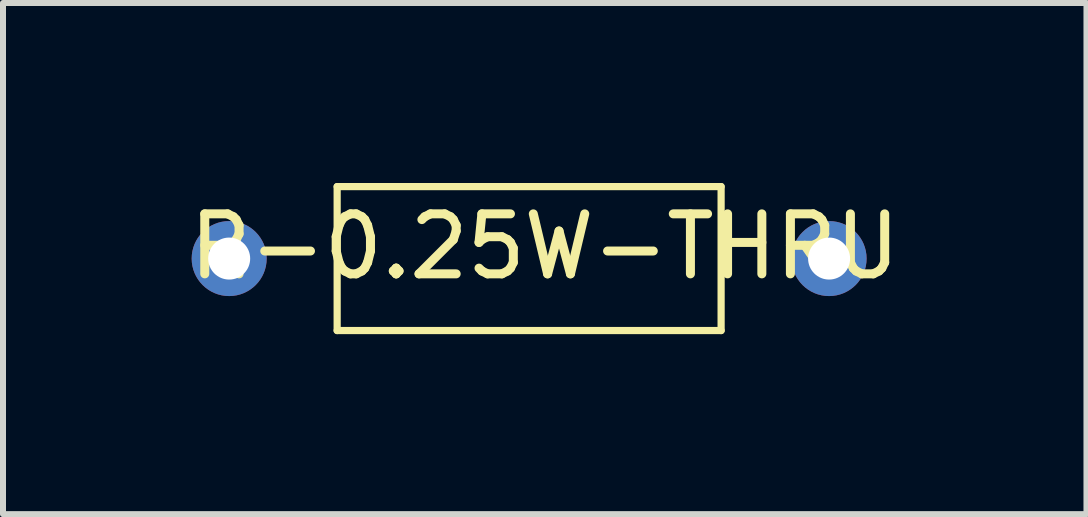
<source format=kicad_pcb>
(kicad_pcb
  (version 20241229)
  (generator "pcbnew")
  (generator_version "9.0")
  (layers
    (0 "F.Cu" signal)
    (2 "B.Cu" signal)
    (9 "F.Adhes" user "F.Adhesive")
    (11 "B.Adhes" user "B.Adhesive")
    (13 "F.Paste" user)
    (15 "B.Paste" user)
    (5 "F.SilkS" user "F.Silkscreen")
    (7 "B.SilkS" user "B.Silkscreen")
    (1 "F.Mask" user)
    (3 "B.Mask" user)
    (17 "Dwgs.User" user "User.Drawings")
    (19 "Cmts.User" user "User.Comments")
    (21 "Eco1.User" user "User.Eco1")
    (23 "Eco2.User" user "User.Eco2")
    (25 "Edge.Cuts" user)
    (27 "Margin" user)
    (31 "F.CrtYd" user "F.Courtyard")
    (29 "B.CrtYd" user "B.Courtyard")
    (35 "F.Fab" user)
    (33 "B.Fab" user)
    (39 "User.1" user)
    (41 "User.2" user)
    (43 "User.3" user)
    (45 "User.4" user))
  (footprint "R-0.25W-THRU"
    (layer "F.Cu")
    (at 5.77 1.26)
    (property "Reference" "R-0.25W-THRU" (at 0.26 -0.2 0) (layer "F.SilkS") (effects (font (size 1 1) (thickness 0.15))))
    (attr through_hole)
    (fp_line (start -3.2 -1.2) (end -3.2 1.2) (stroke (width 0.12) (type solid)) (layer "F.SilkS"))
    (fp_line (start -3.2 1.2) (end 3.2 1.2) (stroke (width 0.12) (type solid)) (layer "F.SilkS"))
    (fp_line (start 3.2 -1.2) (end -3.2 -1.2) (stroke (width 0.12) (type solid)) (layer "F.SilkS"))
    (fp_line (start 3.2 1.2) (end 3.2 -1.2) (stroke (width 0.12) (type solid)) (layer "F.SilkS"))
    (pad "1" thru_hole circle (at -5 0) (size 1.25 1.25) (drill 0.7) (layers "*.Cu" "*.Mask"))
    (pad "2" thru_hole circle (at 5 0) (size 1.25 1.25) (drill 0.7) (layers "*.Cu" "*.Mask")))
  (gr_rect
    (start -3 -3)
    (end 15.06 5.52)
    (stroke (width 0.1) (type default))
    (fill no)
    (layer "Edge.Cuts")))
</source>
